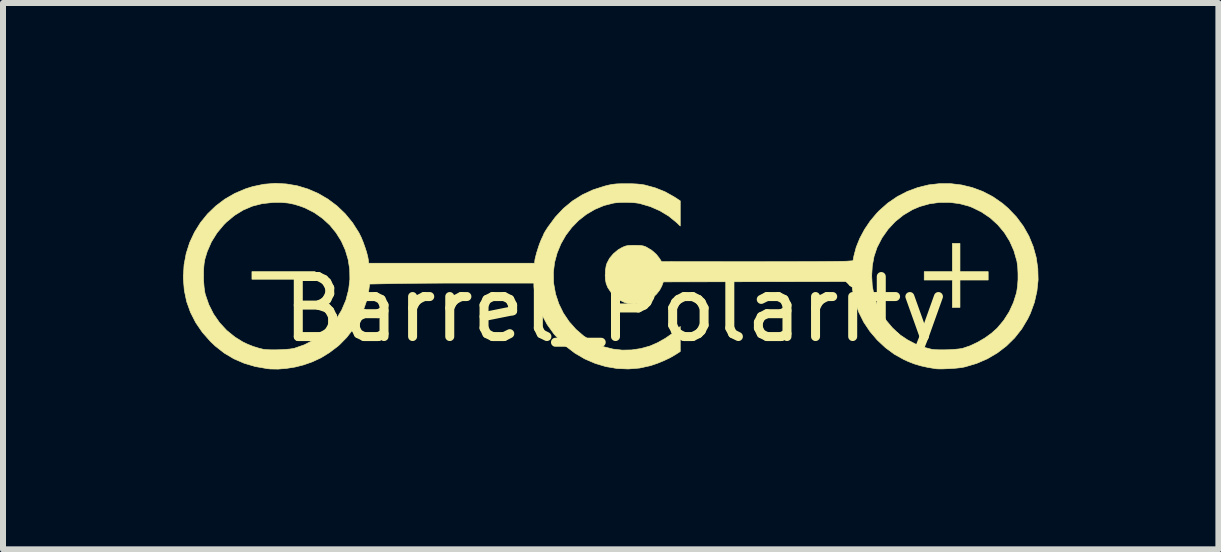
<source format=kicad_pcb>
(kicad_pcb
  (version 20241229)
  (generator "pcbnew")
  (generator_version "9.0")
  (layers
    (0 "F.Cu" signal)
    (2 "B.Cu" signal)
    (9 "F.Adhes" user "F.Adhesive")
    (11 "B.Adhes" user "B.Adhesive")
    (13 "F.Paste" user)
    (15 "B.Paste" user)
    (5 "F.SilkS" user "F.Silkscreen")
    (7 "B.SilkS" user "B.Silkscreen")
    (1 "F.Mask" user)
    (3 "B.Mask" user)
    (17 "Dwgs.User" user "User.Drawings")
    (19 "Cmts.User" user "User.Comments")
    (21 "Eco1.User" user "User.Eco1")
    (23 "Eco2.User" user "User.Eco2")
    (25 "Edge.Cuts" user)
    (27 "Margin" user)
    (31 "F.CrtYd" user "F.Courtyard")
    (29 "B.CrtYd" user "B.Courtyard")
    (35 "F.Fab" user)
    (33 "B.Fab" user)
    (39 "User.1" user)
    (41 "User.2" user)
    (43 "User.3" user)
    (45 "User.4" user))
  (footprint "Barrel_Polarity"
    (layer "F.Cu")
    (at 7.206 1.603)
    (property "Reference" "Barrel_Polarity" (at 0 0.5 180) (layer "F.SilkS") (effects (font (size 1 1) (thickness 0.15))))
    (attr through_hole)
    (fp_poly (pts (xy -5.004 0) (xy -6.058 0) (xy -6.058 -0.127) (xy -5.004 -0.127) (xy -5.004 0)) (stroke (width 0.01) (type solid)) (fill yes) (layer "F.SilkS"))
    (fp_poly (pts (xy 5.74 -0.127) (xy 6.21 -0.127) (xy 6.21 0.013) (xy 5.74 0.013) (xy 5.74 0.47) (xy 5.613 0.47) (xy 5.613 0.013) (xy 5.144 0.013) (xy 5.144 -0.127) (xy 5.613 -0.127) (xy 5.613 -0.597) (xy 5.74 -0.597) (xy 5.74 -0.127)) (stroke (width 0.01) (type solid)) (fill yes) (layer "F.SilkS"))
    (fp_poly (pts (xy 5.583 -1.593) (xy 5.766 -1.571) (xy 5.946 -1.527) (xy 6.121 -1.462) (xy 6.289 -1.374) (xy 6.448 -1.264) (xy 6.543 -1.182) (xy 6.679 -1.04) (xy 6.795 -0.884) (xy 6.889 -0.718) (xy 6.96 -0.544) (xy 7.01 -0.363) (xy 7.037 -0.178) (xy 7.042 0.01) (xy 7.022 0.199) (xy 6.98 0.385) (xy 6.913 0.569) (xy 6.869 0.66) (xy 6.77 0.826) (xy 6.651 0.977) (xy 6.515 1.111) (xy 6.362 1.228) (xy 6.195 1.326) (xy 6.016 1.403) (xy 5.827 1.459) (xy 5.785 1.468) (xy 5.737 1.475) (xy 5.672 1.482) (xy 5.599 1.487) (xy 5.523 1.491) (xy 5.451 1.494) (xy 5.39 1.494) (xy 5.346 1.492) (xy 5.34 1.491) (xy 5.205 1.469) (xy 5.089 1.443) (xy 4.983 1.412) (xy 4.882 1.373) (xy 4.807 1.339) (xy 4.647 1.25) (xy 4.498 1.14) (xy 4.361 1.012) (xy 4.24 0.87) (xy 4.137 0.716) (xy 4.055 0.552) (xy 4.009 0.429) (xy 3.992 0.369) (xy 3.975 0.299) (xy 3.959 0.226) (xy 3.947 0.158) (xy 3.939 0.101) (xy 3.937 0.068) (xy 3.937 0.038) (xy 0.797 0.044) (xy 0.771 0.114) (xy 0.735 0.182) (xy 0.681 0.25) (xy 0.615 0.311) (xy 0.543 0.36) (xy 0.495 0.382) (xy 0.402 0.406) (xy 0.302 0.413) (xy 0.205 0.403) (xy 0.155 0.389) (xy 0.072 0.349) (xy -0.007 0.29) (xy -0.076 0.217) (xy -0.129 0.137) (xy -0.155 0.072) (xy -0.168 0.007) (xy -0.171 -0.06) (xy 4.269 -0.06) (xy 4.278 0.104) (xy 4.307 0.264) (xy 4.355 0.414) (xy 4.361 0.429) (xy 4.428 0.561) (xy 4.513 0.689) (xy 4.613 0.808) (xy 4.721 0.91) (xy 4.75 0.933) (xy 4.867 1.011) (xy 4.996 1.078) (xy 5.13 1.131) (xy 5.259 1.165) (xy 5.273 1.168) (xy 5.327 1.174) (xy 5.399 1.176) (xy 5.482 1.176) (xy 5.568 1.174) (xy 5.652 1.168) (xy 5.725 1.161) (xy 5.782 1.152) (xy 5.791 1.149) (xy 5.909 1.109) (xy 6.032 1.051) (xy 6.154 0.98) (xy 6.265 0.9) (xy 6.36 0.815) (xy 6.361 0.814) (xy 6.469 0.685) (xy 6.561 0.541) (xy 6.632 0.386) (xy 6.682 0.226) (xy 6.687 0.199) (xy 6.7 0.111) (xy 6.707 0.008) (xy 6.707 -0.1) (xy 6.702 -0.204) (xy 6.69 -0.294) (xy 6.687 -0.307) (xy 6.639 -0.475) (xy 6.569 -0.633) (xy 6.479 -0.778) (xy 6.369 -0.909) (xy 6.242 -1.024) (xy 6.1 -1.12) (xy 5.944 -1.197) (xy 5.892 -1.217) (xy 5.732 -1.26) (xy 5.566 -1.281) (xy 5.397 -1.28) (xy 5.231 -1.257) (xy 5.071 -1.212) (xy 4.948 -1.16) (xy 4.797 -1.07) (xy 4.661 -0.961) (xy 4.542 -0.833) (xy 4.441 -0.69) (xy 4.36 -0.533) (xy 4.357 -0.526) (xy 4.308 -0.38) (xy 4.279 -0.223) (xy 4.269 -0.06) (xy -0.171 -0.06) (xy -0.171 -0.072) (xy -0.167 -0.153) (xy -0.155 -0.227) (xy -0.142 -0.267) (xy -0.098 -0.35) (xy -0.034 -0.426) (xy 0.043 -0.49) (xy 0.099 -0.523) (xy 0.139 -0.542) (xy 0.172 -0.554) (xy 0.206 -0.561) (xy 0.248 -0.564) (xy 0.307 -0.565) (xy 0.317 -0.565) (xy 0.383 -0.564) (xy 0.43 -0.561) (xy 0.467 -0.554) (xy 0.501 -0.542) (xy 0.513 -0.536) (xy 0.601 -0.484) (xy 0.679 -0.416) (xy 0.728 -0.354) (xy 0.768 -0.293) (xy 2.249 -0.292) (xy 2.443 -0.292) (xy 2.632 -0.293) (xy 2.814 -0.293) (xy 2.986 -0.293) (xy 3.148 -0.294) (xy 3.297 -0.294) (xy 3.433 -0.295) (xy 3.552 -0.296) (xy 3.653 -0.297) (xy 3.735 -0.298) (xy 3.796 -0.299) (xy 3.835 -0.3) (xy 3.844 -0.3) (xy 3.957 -0.308) (xy 3.973 -0.39) (xy 4.011 -0.534) (xy 4.071 -0.682) (xy 4.149 -0.828) (xy 4.243 -0.968) (xy 4.351 -1.097) (xy 4.389 -1.137) (xy 4.536 -1.268) (xy 4.694 -1.376) (xy 4.862 -1.463) (xy 5.037 -1.528) (xy 5.216 -1.572) (xy 5.399 -1.593) (xy 5.583 -1.593)) (stroke (width 0.01) (type solid)) (fill yes) (layer "F.SilkS"))
    (fp_poly (pts (xy -5.485 -1.588) (xy -5.302 -1.557) (xy -5.124 -1.503) (xy -4.953 -1.429) (xy -4.792 -1.335) (xy -4.641 -1.222) (xy -4.504 -1.091) (xy -4.382 -0.942) (xy -4.277 -0.777) (xy -4.269 -0.762) (xy -4.237 -0.697) (xy -4.205 -0.619) (xy -4.175 -0.535) (xy -4.148 -0.452) (xy -4.129 -0.379) (xy -4.12 -0.331) (xy -4.112 -0.267) (xy -1.346 -0.267) (xy -1.346 -0.296) (xy -1.342 -0.329) (xy -1.33 -0.379) (xy -1.314 -0.441) (xy -1.293 -0.507) (xy -1.272 -0.572) (xy -1.25 -0.629) (xy -1.233 -0.67) (xy -1.213 -0.711) (xy -1.199 -0.742) (xy -1.194 -0.757) (xy -1.194 -0.757) (xy -1.187 -0.77) (xy -1.17 -0.8) (xy -1.144 -0.84) (xy -1.126 -0.868) (xy -1.003 -1.035) (xy -0.867 -1.18) (xy -0.717 -1.304) (xy -0.553 -1.407) (xy -0.374 -1.49) (xy -0.18 -1.552) (xy -0.121 -1.567) (xy -0.072 -1.577) (xy -0.026 -1.584) (xy 0.025 -1.589) (xy 0.086 -1.591) (xy 0.164 -1.591) (xy 0.178 -1.591) (xy 0.277 -1.591) (xy 0.356 -1.587) (xy 0.421 -1.581) (xy 0.478 -1.572) (xy 0.489 -1.57) (xy 0.664 -1.522) (xy 0.824 -1.458) (xy 0.973 -1.375) (xy 0.994 -1.362) (xy 1.079 -1.306) (xy 1.079 -1.097) (xy 1.079 -0.887) (xy 1.015 -0.948) (xy 0.886 -1.053) (xy 0.74 -1.141) (xy 0.58 -1.211) (xy 0.409 -1.261) (xy 0.394 -1.265) (xy 0.328 -1.274) (xy 0.247 -1.28) (xy 0.158 -1.282) (xy 0.071 -1.28) (xy -0.005 -1.273) (xy -0.033 -1.269) (xy -0.194 -1.228) (xy -0.345 -1.164) (xy -0.486 -1.081) (xy -0.615 -0.98) (xy -0.729 -0.863) (xy -0.828 -0.733) (xy -0.909 -0.591) (xy -0.972 -0.439) (xy -1.015 -0.281) (xy -1.035 -0.117) (xy -1.032 0.05) (xy -1.03 0.072) (xy -0.999 0.245) (xy -0.944 0.41) (xy -0.869 0.564) (xy -0.773 0.706) (xy -0.66 0.834) (xy -0.53 0.946) (xy -0.385 1.04) (xy -0.227 1.113) (xy -0.182 1.129) (xy -0.04 1.164) (xy 0.112 1.181) (xy 0.268 1.178) (xy 0.422 1.155) (xy 0.569 1.114) (xy 0.581 1.11) (xy 0.706 1.055) (xy 0.83 0.985) (xy 0.945 0.905) (xy 1.022 0.84) (xy 1.079 0.786) (xy 1.079 1.204) (xy 0.998 1.256) (xy 0.911 1.307) (xy 0.808 1.356) (xy 0.698 1.401) (xy 0.589 1.438) (xy 0.583 1.44) (xy 0.399 1.48) (xy 0.213 1.495) (xy 0.026 1.487) (xy -0.158 1.456) (xy -0.339 1.402) (xy -0.513 1.327) (xy -0.678 1.23) (xy -0.832 1.112) (xy -0.888 1.061) (xy -1.023 0.915) (xy -1.138 0.755) (xy -1.23 0.584) (xy -1.299 0.403) (xy -1.321 0.326) (xy -1.336 0.261) (xy -1.348 0.2) (xy -1.356 0.15) (xy -1.359 0.119) (xy -1.359 0.064) (xy -2.328 0.064) (xy -2.496 0.064) (xy -2.665 0.064) (xy -2.834 0.064) (xy -2.998 0.065) (xy -3.155 0.066) (xy -3.302 0.067) (xy -3.434 0.068) (xy -3.55 0.07) (xy -3.646 0.071) (xy -3.697 0.072) (xy -4.097 0.08) (xy -4.112 0.191) (xy -4.146 0.355) (xy -4.202 0.519) (xy -4.278 0.68) (xy -4.371 0.831) (xy -4.479 0.97) (xy -4.598 1.091) (xy -4.629 1.118) (xy -4.768 1.223) (xy -4.906 1.308) (xy -5.052 1.376) (xy -5.197 1.427) (xy -5.335 1.462) (xy -5.479 1.485) (xy -5.62 1.497) (xy -5.752 1.495) (xy -5.798 1.49) (xy -6 1.455) (xy -6.187 1.4) (xy -6.36 1.325) (xy -6.52 1.23) (xy -6.67 1.112) (xy -6.75 1.036) (xy -6.885 0.883) (xy -6.995 0.722) (xy -7.082 0.551) (xy -7.146 0.372) (xy -7.185 0.184) (xy -7.201 -0.013) (xy -7.201 -0.044) (xy -7.199 -0.068) (xy -6.865 -0.068) (xy -6.863 0.035) (xy -6.855 0.134) (xy -6.843 0.219) (xy -6.835 0.254) (xy -6.777 0.422) (xy -6.698 0.579) (xy -6.598 0.723) (xy -6.479 0.852) (xy -6.342 0.963) (xy -6.21 1.045) (xy -6.128 1.084) (xy -6.034 1.121) (xy -5.94 1.15) (xy -5.865 1.168) (xy -5.813 1.173) (xy -5.743 1.176) (xy -5.663 1.176) (xy -5.579 1.174) (xy -5.497 1.169) (xy -5.425 1.163) (xy -5.368 1.154) (xy -5.353 1.151) (xy -5.186 1.093) (xy -5.03 1.013) (xy -4.888 0.914) (xy -4.762 0.797) (xy -4.653 0.663) (xy -4.563 0.515) (xy -4.494 0.353) (xy -4.49 0.341) (xy -4.446 0.171) (xy -4.426 0.002) (xy -4.429 -0.166) (xy -4.455 -0.329) (xy -4.502 -0.487) (xy -4.569 -0.636) (xy -4.656 -0.775) (xy -4.76 -0.902) (xy -4.882 -1.014) (xy -5.02 -1.111) (xy -5.174 -1.189) (xy -5.246 -1.216) (xy -5.352 -1.249) (xy -5.455 -1.27) (xy -5.563 -1.28) (xy -5.685 -1.28) (xy -5.712 -1.279) (xy -5.887 -1.26) (xy -6.051 -1.218) (xy -6.205 -1.152) (xy -6.348 -1.064) (xy -6.483 -0.952) (xy -6.525 -0.91) (xy -6.64 -0.772) (xy -6.733 -0.623) (xy -6.804 -0.46) (xy -6.842 -0.335) (xy -6.855 -0.261) (xy -6.863 -0.169) (xy -6.865 -0.068) (xy -7.199 -0.068) (xy -7.189 -0.241) (xy -7.153 -0.431) (xy -7.095 -0.612) (xy -7.015 -0.783) (xy -6.916 -0.942) (xy -6.798 -1.088) (xy -6.662 -1.219) (xy -6.51 -1.334) (xy -6.342 -1.431) (xy -6.16 -1.508) (xy -6.045 -1.544) (xy -5.859 -1.583) (xy -5.671 -1.598) (xy -5.485 -1.588)) (stroke (width 0.01) (type solid)) (fill yes) (layer "F.SilkS")))
  (gr_rect
    (start -3 -3)
    (end 17.252 6.104)
    (stroke (width 0.1) (type default))
    (fill no)
    (layer "Edge.Cuts")))
</source>
